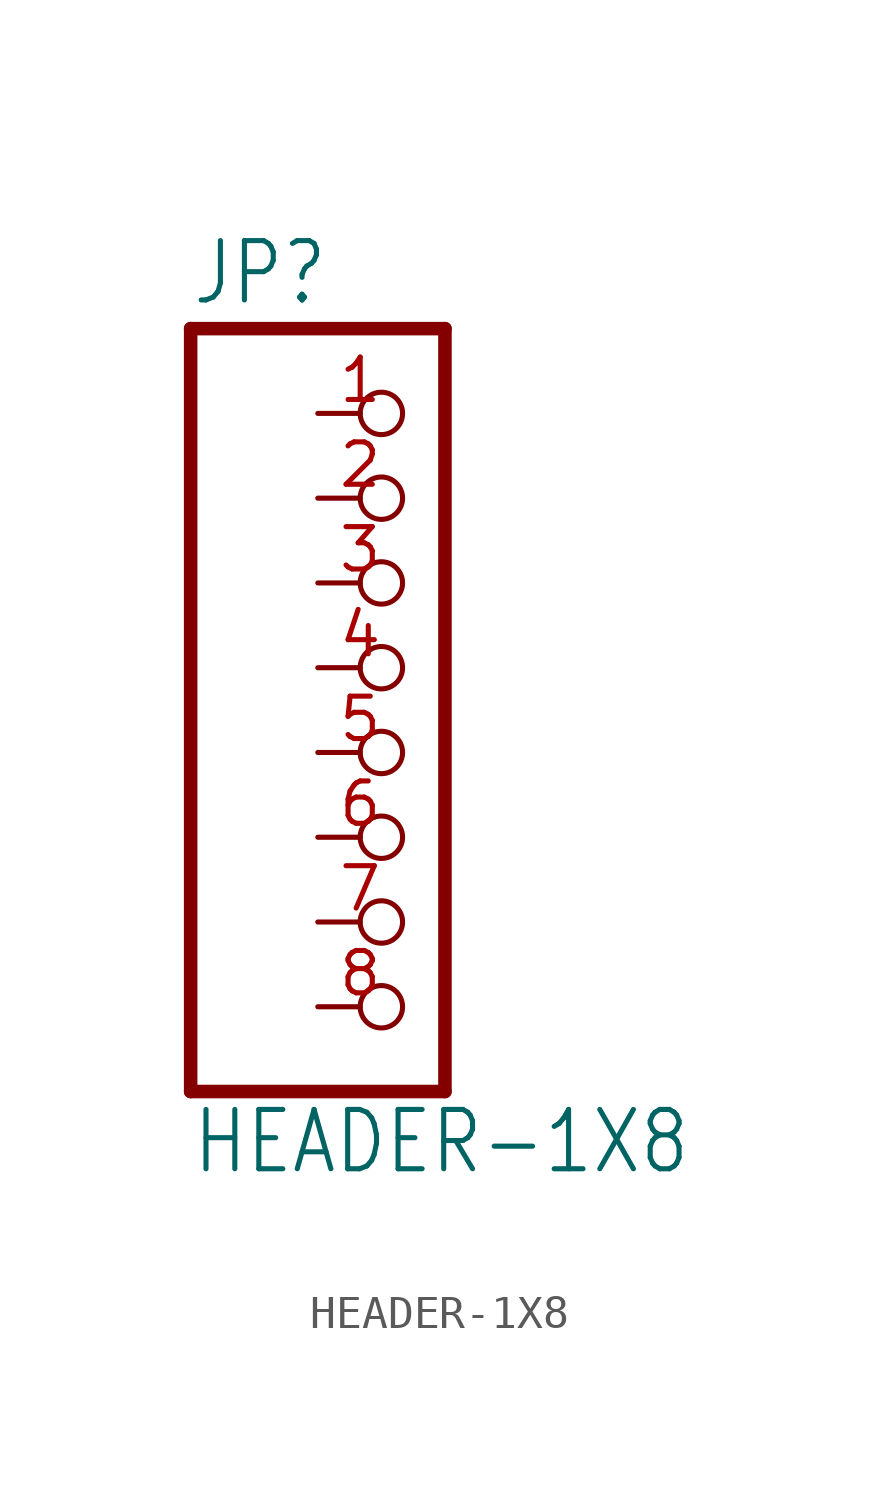
<source format=kicad_sym>
(kicad_symbol_lib
  (version 20201005)
  (generator kicad_symbol_editor)
  (symbol "HEADER-1X8"
    (property "Reference" "JP"
      (at -6.35 13.335 0)
      (effects (font (size 1.778 1.511)) (justify left bottom)))
    (property "Value" "HEADER-1X8"
      (at -6.35 -12.7 0)
      (effects (font (size 1.778 1.511)) (justify left bottom)))
    (property "ki_locked" ""
      (at 0 0 0)
      (effects (font (size 1.27 1.27))))
    (symbol "HEADER-1X8_1_0"
      (polyline (pts (xy -6.35 -10.16) (xy 1.27 -10.16)) (stroke (width 0.406)) (fill (type none)))
      (polyline (pts (xy -6.35 12.7) (xy -6.35 -10.16)) (stroke (width 0.406)) (fill (type none)))
      (polyline (pts (xy 1.27 -10.16) (xy 1.27 12.7)) (stroke (width 0.406)) (fill (type none)))
      (polyline (pts (xy 1.27 12.7) (xy -6.35 12.7)) (stroke (width 0.406)) (fill (type none)))
      (pin passive inverted (at -2.54 10.16 0) (length 2.54) (name "1" (effects (font (size 0 0)))) (number "1" (effects (font (size 1.27 1.27)))))
      (pin passive inverted (at -2.54 7.62 0) (length 2.54) (name "2" (effects (font (size 0 0)))) (number "2" (effects (font (size 1.27 1.27)))))
      (pin passive inverted (at -2.54 5.08 0) (length 2.54) (name "3" (effects (font (size 0 0)))) (number "3" (effects (font (size 1.27 1.27)))))
      (pin passive inverted (at -2.54 2.54 0) (length 2.54) (name "4" (effects (font (size 0 0)))) (number "4" (effects (font (size 1.27 1.27)))))
      (pin passive inverted (at -2.54 0 0) (length 2.54) (name "5" (effects (font (size 0 0)))) (number "5" (effects (font (size 1.27 1.27)))))
      (pin passive inverted (at -2.54 -2.54 0) (length 2.54) (name "6" (effects (font (size 0 0)))) (number "6" (effects (font (size 1.27 1.27)))))
      (pin passive inverted (at -2.54 -5.08 0) (length 2.54) (name "7" (effects (font (size 0 0)))) (number "7" (effects (font (size 1.27 1.27)))))
      (pin passive inverted (at -2.54 -7.62 0) (length 2.54) (name "8" (effects (font (size 0 0)))) (number "8" (effects (font (size 1.27 1.27))))))))
</source>
